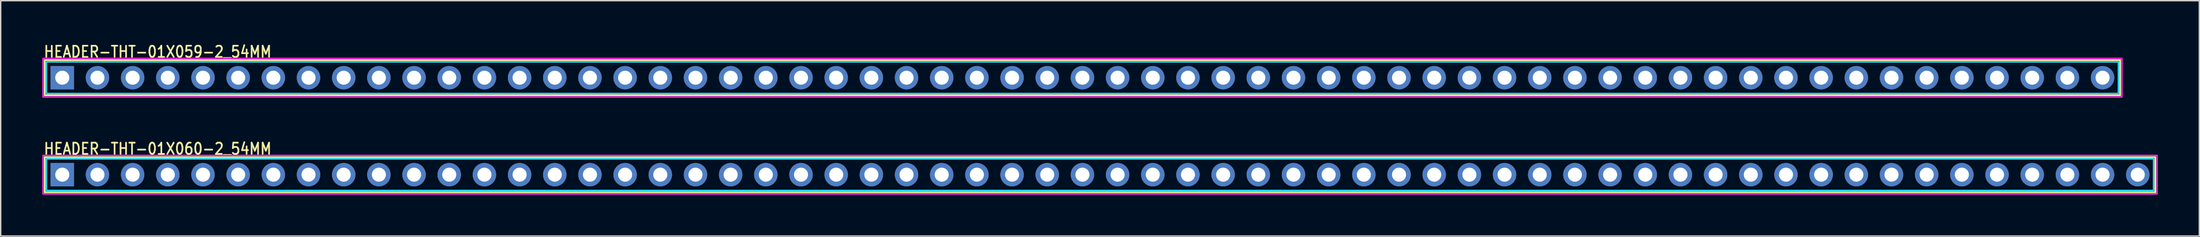
<source format=kicad_pcb>
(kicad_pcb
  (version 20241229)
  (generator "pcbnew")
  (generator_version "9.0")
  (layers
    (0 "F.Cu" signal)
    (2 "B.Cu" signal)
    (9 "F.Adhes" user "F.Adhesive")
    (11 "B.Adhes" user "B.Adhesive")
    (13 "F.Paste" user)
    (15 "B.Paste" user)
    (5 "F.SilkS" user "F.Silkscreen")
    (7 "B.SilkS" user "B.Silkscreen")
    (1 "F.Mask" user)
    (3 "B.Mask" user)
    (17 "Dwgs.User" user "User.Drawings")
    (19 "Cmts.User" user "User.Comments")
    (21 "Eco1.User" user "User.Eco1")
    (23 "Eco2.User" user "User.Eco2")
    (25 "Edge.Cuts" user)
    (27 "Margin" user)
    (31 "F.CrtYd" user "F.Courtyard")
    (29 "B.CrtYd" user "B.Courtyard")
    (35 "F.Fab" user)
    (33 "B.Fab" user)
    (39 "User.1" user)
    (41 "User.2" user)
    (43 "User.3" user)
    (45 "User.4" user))
  (footprint "HEADER-THT-01X060-2_54MM"
    (layer "F.Cu")
    (at 1.447 9.604)
    (property "Reference" "HEADER-THT-01X060-2_54MM" (at -1.4 -1.4 0) (unlocked yes) (layer "F.SilkS") (effects (font (size 0.813 0.695) (thickness 0.122)) (justify left bottom)))
    (fp_line (start -1.27 -1.27) (end -1.27 1.27) (stroke (width 0.127) (type solid)) (layer "F.SilkS"))
    (fp_line (start -1.27 1.27) (end 151.13 1.27) (stroke (width 0.127) (type solid)) (layer "F.SilkS"))
    (fp_line (start 151.13 -1.27) (end -1.27 -1.27) (stroke (width 0.127) (type solid)) (layer "F.SilkS"))
    (fp_line (start 151.13 1.27) (end 151.13 -1.27) (stroke (width 0.127) (type solid)) (layer "F.SilkS"))
    (fp_poly (pts (xy -1.143 -1.143) (xy 151.003 -1.143) (xy 151.003 1.143) (xy -1.143 1.143)) (stroke (width 0.1) (type solid)) (fill no) (layer "B.CrtYd"))
    (fp_poly (pts (xy -1.397 -1.397) (xy 151.257 -1.397) (xy 151.257 1.397) (xy -1.397 1.397)) (stroke (width 0.1) (type solid)) (fill no) (layer "F.CrtYd"))
    (pad "P$1" thru_hole rect (at 0 0) (size 1.693 1.693) (drill 1.016) (layers "*.Cu" "*.Mask"))
    (pad "P$2" thru_hole oval (at 2.54 0) (size 1.693 1.693) (drill 1.016) (layers "*.Cu" "*.Mask"))
    (pad "P$3" thru_hole oval (at 5.08 0) (size 1.693 1.693) (drill 1.016) (layers "*.Cu" "*.Mask"))
    (pad "P$4" thru_hole oval (at 7.62 0) (size 1.693 1.693) (drill 1.016) (layers "*.Cu" "*.Mask"))
    (pad "P$5" thru_hole oval (at 10.16 0) (size 1.693 1.693) (drill 1.016) (layers "*.Cu" "*.Mask"))
    (pad "P$6" thru_hole oval (at 12.7 0) (size 1.693 1.693) (drill 1.016) (layers "*.Cu" "*.Mask"))
    (pad "P$7" thru_hole oval (at 15.24 0) (size 1.693 1.693) (drill 1.016) (layers "*.Cu" "*.Mask"))
    (pad "P$8" thru_hole oval (at 17.78 0) (size 1.693 1.693) (drill 1.016) (layers "*.Cu" "*.Mask"))
    (pad "P$9" thru_hole oval (at 20.32 0) (size 1.693 1.693) (drill 1.016) (layers "*.Cu" "*.Mask"))
    (pad "P$10" thru_hole oval (at 22.86 0) (size 1.693 1.693) (drill 1.016) (layers "*.Cu" "*.Mask"))
    (pad "P$11" thru_hole oval (at 25.4 0) (size 1.693 1.693) (drill 1.016) (layers "*.Cu" "*.Mask"))
    (pad "P$12" thru_hole oval (at 27.94 0) (size 1.693 1.693) (drill 1.016) (layers "*.Cu" "*.Mask"))
    (pad "P$13" thru_hole oval (at 30.48 0) (size 1.693 1.693) (drill 1.016) (layers "*.Cu" "*.Mask"))
    (pad "P$14" thru_hole oval (at 33.02 0) (size 1.693 1.693) (drill 1.016) (layers "*.Cu" "*.Mask"))
    (pad "P$15" thru_hole oval (at 35.56 0) (size 1.693 1.693) (drill 1.016) (layers "*.Cu" "*.Mask"))
    (pad "P$16" thru_hole oval (at 38.1 0) (size 1.693 1.693) (drill 1.016) (layers "*.Cu" "*.Mask"))
    (pad "P$17" thru_hole oval (at 40.64 0) (size 1.693 1.693) (drill 1.016) (layers "*.Cu" "*.Mask"))
    (pad "P$18" thru_hole oval (at 43.18 0) (size 1.693 1.693) (drill 1.016) (layers "*.Cu" "*.Mask"))
    (pad "P$19" thru_hole oval (at 45.72 0) (size 1.693 1.693) (drill 1.016) (layers "*.Cu" "*.Mask"))
    (pad "P$20" thru_hole oval (at 48.26 0) (size 1.693 1.693) (drill 1.016) (layers "*.Cu" "*.Mask"))
    (pad "P$21" thru_hole oval (at 50.8 0) (size 1.693 1.693) (drill 1.016) (layers "*.Cu" "*.Mask"))
    (pad "P$22" thru_hole oval (at 53.34 0) (size 1.693 1.693) (drill 1.016) (layers "*.Cu" "*.Mask"))
    (pad "P$23" thru_hole oval (at 55.88 0) (size 1.693 1.693) (drill 1.016) (layers "*.Cu" "*.Mask"))
    (pad "P$24" thru_hole oval (at 58.42 0) (size 1.693 1.693) (drill 1.016) (layers "*.Cu" "*.Mask"))
    (pad "P$25" thru_hole oval (at 60.96 0) (size 1.693 1.693) (drill 1.016) (layers "*.Cu" "*.Mask"))
    (pad "P$26" thru_hole oval (at 63.5 0) (size 1.693 1.693) (drill 1.016) (layers "*.Cu" "*.Mask"))
    (pad "P$27" thru_hole oval (at 66.04 0) (size 1.693 1.693) (drill 1.016) (layers "*.Cu" "*.Mask"))
    (pad "P$28" thru_hole oval (at 68.58 0) (size 1.693 1.693) (drill 1.016) (layers "*.Cu" "*.Mask"))
    (pad "P$29" thru_hole oval (at 71.12 0) (size 1.693 1.693) (drill 1.016) (layers "*.Cu" "*.Mask"))
    (pad "P$30" thru_hole oval (at 73.66 0) (size 1.693 1.693) (drill 1.016) (layers "*.Cu" "*.Mask"))
    (pad "P$31" thru_hole oval (at 76.2 0) (size 1.693 1.693) (drill 1.016) (layers "*.Cu" "*.Mask"))
    (pad "P$32" thru_hole oval (at 78.74 0) (size 1.693 1.693) (drill 1.016) (layers "*.Cu" "*.Mask"))
    (pad "P$33" thru_hole oval (at 81.28 0) (size 1.693 1.693) (drill 1.016) (layers "*.Cu" "*.Mask"))
    (pad "P$34" thru_hole oval (at 83.82 0) (size 1.693 1.693) (drill 1.016) (layers "*.Cu" "*.Mask"))
    (pad "P$35" thru_hole oval (at 86.36 0) (size 1.693 1.693) (drill 1.016) (layers "*.Cu" "*.Mask"))
    (pad "P$36" thru_hole oval (at 88.9 0) (size 1.693 1.693) (drill 1.016) (layers "*.Cu" "*.Mask"))
    (pad "P$37" thru_hole oval (at 91.44 0) (size 1.693 1.693) (drill 1.016) (layers "*.Cu" "*.Mask"))
    (pad "P$38" thru_hole oval (at 93.98 0) (size 1.693 1.693) (drill 1.016) (layers "*.Cu" "*.Mask"))
    (pad "P$39" thru_hole oval (at 96.52 0) (size 1.693 1.693) (drill 1.016) (layers "*.Cu" "*.Mask"))
    (pad "P$40" thru_hole oval (at 99.06 0) (size 1.693 1.693) (drill 1.016) (layers "*.Cu" "*.Mask"))
    (pad "P$41" thru_hole oval (at 101.6 0) (size 1.693 1.693) (drill 1.016) (layers "*.Cu" "*.Mask"))
    (pad "P$42" thru_hole oval (at 104.14 0) (size 1.693 1.693) (drill 1.016) (layers "*.Cu" "*.Mask"))
    (pad "P$43" thru_hole oval (at 106.68 0) (size 1.693 1.693) (drill 1.016) (layers "*.Cu" "*.Mask"))
    (pad "P$44" thru_hole oval (at 109.22 0) (size 1.693 1.693) (drill 1.016) (layers "*.Cu" "*.Mask"))
    (pad "P$45" thru_hole oval (at 111.76 0) (size 1.693 1.693) (drill 1.016) (layers "*.Cu" "*.Mask"))
    (pad "P$46" thru_hole oval (at 114.3 0) (size 1.693 1.693) (drill 1.016) (layers "*.Cu" "*.Mask"))
    (pad "P$47" thru_hole oval (at 116.84 0) (size 1.693 1.693) (drill 1.016) (layers "*.Cu" "*.Mask"))
    (pad "P$48" thru_hole oval (at 119.38 0) (size 1.693 1.693) (drill 1.016) (layers "*.Cu" "*.Mask"))
    (pad "P$49" thru_hole oval (at 121.92 0) (size 1.693 1.693) (drill 1.016) (layers "*.Cu" "*.Mask"))
    (pad "P$50" thru_hole oval (at 124.46 0) (size 1.693 1.693) (drill 1.016) (layers "*.Cu" "*.Mask"))
    (pad "P$51" thru_hole oval (at 127 0) (size 1.693 1.693) (drill 1.016) (layers "*.Cu" "*.Mask"))
    (pad "P$52" thru_hole oval (at 129.54 0) (size 1.693 1.693) (drill 1.016) (layers "*.Cu" "*.Mask"))
    (pad "P$53" thru_hole oval (at 132.08 0) (size 1.693 1.693) (drill 1.016) (layers "*.Cu" "*.Mask"))
    (pad "P$54" thru_hole oval (at 134.62 0) (size 1.693 1.693) (drill 1.016) (layers "*.Cu" "*.Mask"))
    (pad "P$55" thru_hole oval (at 137.16 0) (size 1.693 1.693) (drill 1.016) (layers "*.Cu" "*.Mask"))
    (pad "P$56" thru_hole oval (at 139.7 0) (size 1.693 1.693) (drill 1.016) (layers "*.Cu" "*.Mask"))
    (pad "P$57" thru_hole oval (at 142.24 0) (size 1.693 1.693) (drill 1.016) (layers "*.Cu" "*.Mask"))
    (pad "P$58" thru_hole oval (at 144.78 0) (size 1.693 1.693) (drill 1.016) (layers "*.Cu" "*.Mask"))
    (pad "P$59" thru_hole oval (at 147.32 0) (size 1.693 1.693) (drill 1.016) (layers "*.Cu" "*.Mask"))
    (pad "P$60" thru_hole oval (at 149.86 0) (size 1.693 1.693) (drill 1.016) (layers "*.Cu" "*.Mask")))
  (footprint "HEADER-THT-01X059-2_54MM"
    (layer "F.Cu")
    (at 1.447 2.579)
    (property "Reference" "HEADER-THT-01X059-2_54MM" (at -1.4 -1.4 0) (unlocked yes) (layer "F.SilkS") (effects (font (size 0.813 0.695) (thickness 0.122)) (justify left bottom)))
    (fp_line (start -1.27 -1.27) (end -1.27 1.27) (stroke (width 0.127) (type solid)) (layer "F.SilkS"))
    (fp_line (start -1.27 1.27) (end 148.59 1.27) (stroke (width 0.127) (type solid)) (layer "F.SilkS"))
    (fp_line (start 148.59 -1.27) (end -1.27 -1.27) (stroke (width 0.127) (type solid)) (layer "F.SilkS"))
    (fp_line (start 148.59 1.27) (end 148.59 -1.27) (stroke (width 0.127) (type solid)) (layer "F.SilkS"))
    (fp_poly (pts (xy -1.143 -1.143) (xy 148.463 -1.143) (xy 148.463 1.143) (xy -1.143 1.143)) (stroke (width 0.1) (type solid)) (fill no) (layer "B.CrtYd"))
    (fp_poly (pts (xy -1.397 -1.397) (xy 148.717 -1.397) (xy 148.717 1.397) (xy -1.397 1.397)) (stroke (width 0.1) (type solid)) (fill no) (layer "F.CrtYd"))
    (pad "P$1" thru_hole rect (at 0 0) (size 1.693 1.693) (drill 1.016) (layers "*.Cu" "*.Mask"))
    (pad "P$2" thru_hole oval (at 2.54 0) (size 1.693 1.693) (drill 1.016) (layers "*.Cu" "*.Mask"))
    (pad "P$3" thru_hole oval (at 5.08 0) (size 1.693 1.693) (drill 1.016) (layers "*.Cu" "*.Mask"))
    (pad "P$4" thru_hole oval (at 7.62 0) (size 1.693 1.693) (drill 1.016) (layers "*.Cu" "*.Mask"))
    (pad "P$5" thru_hole oval (at 10.16 0) (size 1.693 1.693) (drill 1.016) (layers "*.Cu" "*.Mask"))
    (pad "P$6" thru_hole oval (at 12.7 0) (size 1.693 1.693) (drill 1.016) (layers "*.Cu" "*.Mask"))
    (pad "P$7" thru_hole oval (at 15.24 0) (size 1.693 1.693) (drill 1.016) (layers "*.Cu" "*.Mask"))
    (pad "P$8" thru_hole oval (at 17.78 0) (size 1.693 1.693) (drill 1.016) (layers "*.Cu" "*.Mask"))
    (pad "P$9" thru_hole oval (at 20.32 0) (size 1.693 1.693) (drill 1.016) (layers "*.Cu" "*.Mask"))
    (pad "P$10" thru_hole oval (at 22.86 0) (size 1.693 1.693) (drill 1.016) (layers "*.Cu" "*.Mask"))
    (pad "P$11" thru_hole oval (at 25.4 0) (size 1.693 1.693) (drill 1.016) (layers "*.Cu" "*.Mask"))
    (pad "P$12" thru_hole oval (at 27.94 0) (size 1.693 1.693) (drill 1.016) (layers "*.Cu" "*.Mask"))
    (pad "P$13" thru_hole oval (at 30.48 0) (size 1.693 1.693) (drill 1.016) (layers "*.Cu" "*.Mask"))
    (pad "P$14" thru_hole oval (at 33.02 0) (size 1.693 1.693) (drill 1.016) (layers "*.Cu" "*.Mask"))
    (pad "P$15" thru_hole oval (at 35.56 0) (size 1.693 1.693) (drill 1.016) (layers "*.Cu" "*.Mask"))
    (pad "P$16" thru_hole oval (at 38.1 0) (size 1.693 1.693) (drill 1.016) (layers "*.Cu" "*.Mask"))
    (pad "P$17" thru_hole oval (at 40.64 0) (size 1.693 1.693) (drill 1.016) (layers "*.Cu" "*.Mask"))
    (pad "P$18" thru_hole oval (at 43.18 0) (size 1.693 1.693) (drill 1.016) (layers "*.Cu" "*.Mask"))
    (pad "P$19" thru_hole oval (at 45.72 0) (size 1.693 1.693) (drill 1.016) (layers "*.Cu" "*.Mask"))
    (pad "P$20" thru_hole oval (at 48.26 0) (size 1.693 1.693) (drill 1.016) (layers "*.Cu" "*.Mask"))
    (pad "P$21" thru_hole oval (at 50.8 0) (size 1.693 1.693) (drill 1.016) (layers "*.Cu" "*.Mask"))
    (pad "P$22" thru_hole oval (at 53.34 0) (size 1.693 1.693) (drill 1.016) (layers "*.Cu" "*.Mask"))
    (pad "P$23" thru_hole oval (at 55.88 0) (size 1.693 1.693) (drill 1.016) (layers "*.Cu" "*.Mask"))
    (pad "P$24" thru_hole oval (at 58.42 0) (size 1.693 1.693) (drill 1.016) (layers "*.Cu" "*.Mask"))
    (pad "P$25" thru_hole oval (at 60.96 0) (size 1.693 1.693) (drill 1.016) (layers "*.Cu" "*.Mask"))
    (pad "P$26" thru_hole oval (at 63.5 0) (size 1.693 1.693) (drill 1.016) (layers "*.Cu" "*.Mask"))
    (pad "P$27" thru_hole oval (at 66.04 0) (size 1.693 1.693) (drill 1.016) (layers "*.Cu" "*.Mask"))
    (pad "P$28" thru_hole oval (at 68.58 0) (size 1.693 1.693) (drill 1.016) (layers "*.Cu" "*.Mask"))
    (pad "P$29" thru_hole oval (at 71.12 0) (size 1.693 1.693) (drill 1.016) (layers "*.Cu" "*.Mask"))
    (pad "P$30" thru_hole oval (at 73.66 0) (size 1.693 1.693) (drill 1.016) (layers "*.Cu" "*.Mask"))
    (pad "P$31" thru_hole oval (at 76.2 0) (size 1.693 1.693) (drill 1.016) (layers "*.Cu" "*.Mask"))
    (pad "P$32" thru_hole oval (at 78.74 0) (size 1.693 1.693) (drill 1.016) (layers "*.Cu" "*.Mask"))
    (pad "P$33" thru_hole oval (at 81.28 0) (size 1.693 1.693) (drill 1.016) (layers "*.Cu" "*.Mask"))
    (pad "P$34" thru_hole oval (at 83.82 0) (size 1.693 1.693) (drill 1.016) (layers "*.Cu" "*.Mask"))
    (pad "P$35" thru_hole oval (at 86.36 0) (size 1.693 1.693) (drill 1.016) (layers "*.Cu" "*.Mask"))
    (pad "P$36" thru_hole oval (at 88.9 0) (size 1.693 1.693) (drill 1.016) (layers "*.Cu" "*.Mask"))
    (pad "P$37" thru_hole oval (at 91.44 0) (size 1.693 1.693) (drill 1.016) (layers "*.Cu" "*.Mask"))
    (pad "P$38" thru_hole oval (at 93.98 0) (size 1.693 1.693) (drill 1.016) (layers "*.Cu" "*.Mask"))
    (pad "P$39" thru_hole oval (at 96.52 0) (size 1.693 1.693) (drill 1.016) (layers "*.Cu" "*.Mask"))
    (pad "P$40" thru_hole oval (at 99.06 0) (size 1.693 1.693) (drill 1.016) (layers "*.Cu" "*.Mask"))
    (pad "P$41" thru_hole oval (at 101.6 0) (size 1.693 1.693) (drill 1.016) (layers "*.Cu" "*.Mask"))
    (pad "P$42" thru_hole oval (at 104.14 0) (size 1.693 1.693) (drill 1.016) (layers "*.Cu" "*.Mask"))
    (pad "P$43" thru_hole oval (at 106.68 0) (size 1.693 1.693) (drill 1.016) (layers "*.Cu" "*.Mask"))
    (pad "P$44" thru_hole oval (at 109.22 0) (size 1.693 1.693) (drill 1.016) (layers "*.Cu" "*.Mask"))
    (pad "P$45" thru_hole oval (at 111.76 0) (size 1.693 1.693) (drill 1.016) (layers "*.Cu" "*.Mask"))
    (pad "P$46" thru_hole oval (at 114.3 0) (size 1.693 1.693) (drill 1.016) (layers "*.Cu" "*.Mask"))
    (pad "P$47" thru_hole oval (at 116.84 0) (size 1.693 1.693) (drill 1.016) (layers "*.Cu" "*.Mask"))
    (pad "P$48" thru_hole oval (at 119.38 0) (size 1.693 1.693) (drill 1.016) (layers "*.Cu" "*.Mask"))
    (pad "P$49" thru_hole oval (at 121.92 0) (size 1.693 1.693) (drill 1.016) (layers "*.Cu" "*.Mask"))
    (pad "P$50" thru_hole oval (at 124.46 0) (size 1.693 1.693) (drill 1.016) (layers "*.Cu" "*.Mask"))
    (pad "P$51" thru_hole oval (at 127 0) (size 1.693 1.693) (drill 1.016) (layers "*.Cu" "*.Mask"))
    (pad "P$52" thru_hole oval (at 129.54 0) (size 1.693 1.693) (drill 1.016) (layers "*.Cu" "*.Mask"))
    (pad "P$53" thru_hole oval (at 132.08 0) (size 1.693 1.693) (drill 1.016) (layers "*.Cu" "*.Mask"))
    (pad "P$54" thru_hole oval (at 134.62 0) (size 1.693 1.693) (drill 1.016) (layers "*.Cu" "*.Mask"))
    (pad "P$55" thru_hole oval (at 137.16 0) (size 1.693 1.693) (drill 1.016) (layers "*.Cu" "*.Mask"))
    (pad "P$56" thru_hole oval (at 139.7 0) (size 1.693 1.693) (drill 1.016) (layers "*.Cu" "*.Mask"))
    (pad "P$57" thru_hole oval (at 142.24 0) (size 1.693 1.693) (drill 1.016) (layers "*.Cu" "*.Mask"))
    (pad "P$58" thru_hole oval (at 144.78 0) (size 1.693 1.693) (drill 1.016) (layers "*.Cu" "*.Mask"))
    (pad "P$59" thru_hole oval (at 147.32 0) (size 1.693 1.693) (drill 1.016) (layers "*.Cu" "*.Mask")))
  (gr_rect
    (start -3 -3)
    (end 155.754 14.051)
    (stroke (width 0.1) (type default))
    (fill no)
    (layer "Edge.Cuts")))
</source>
